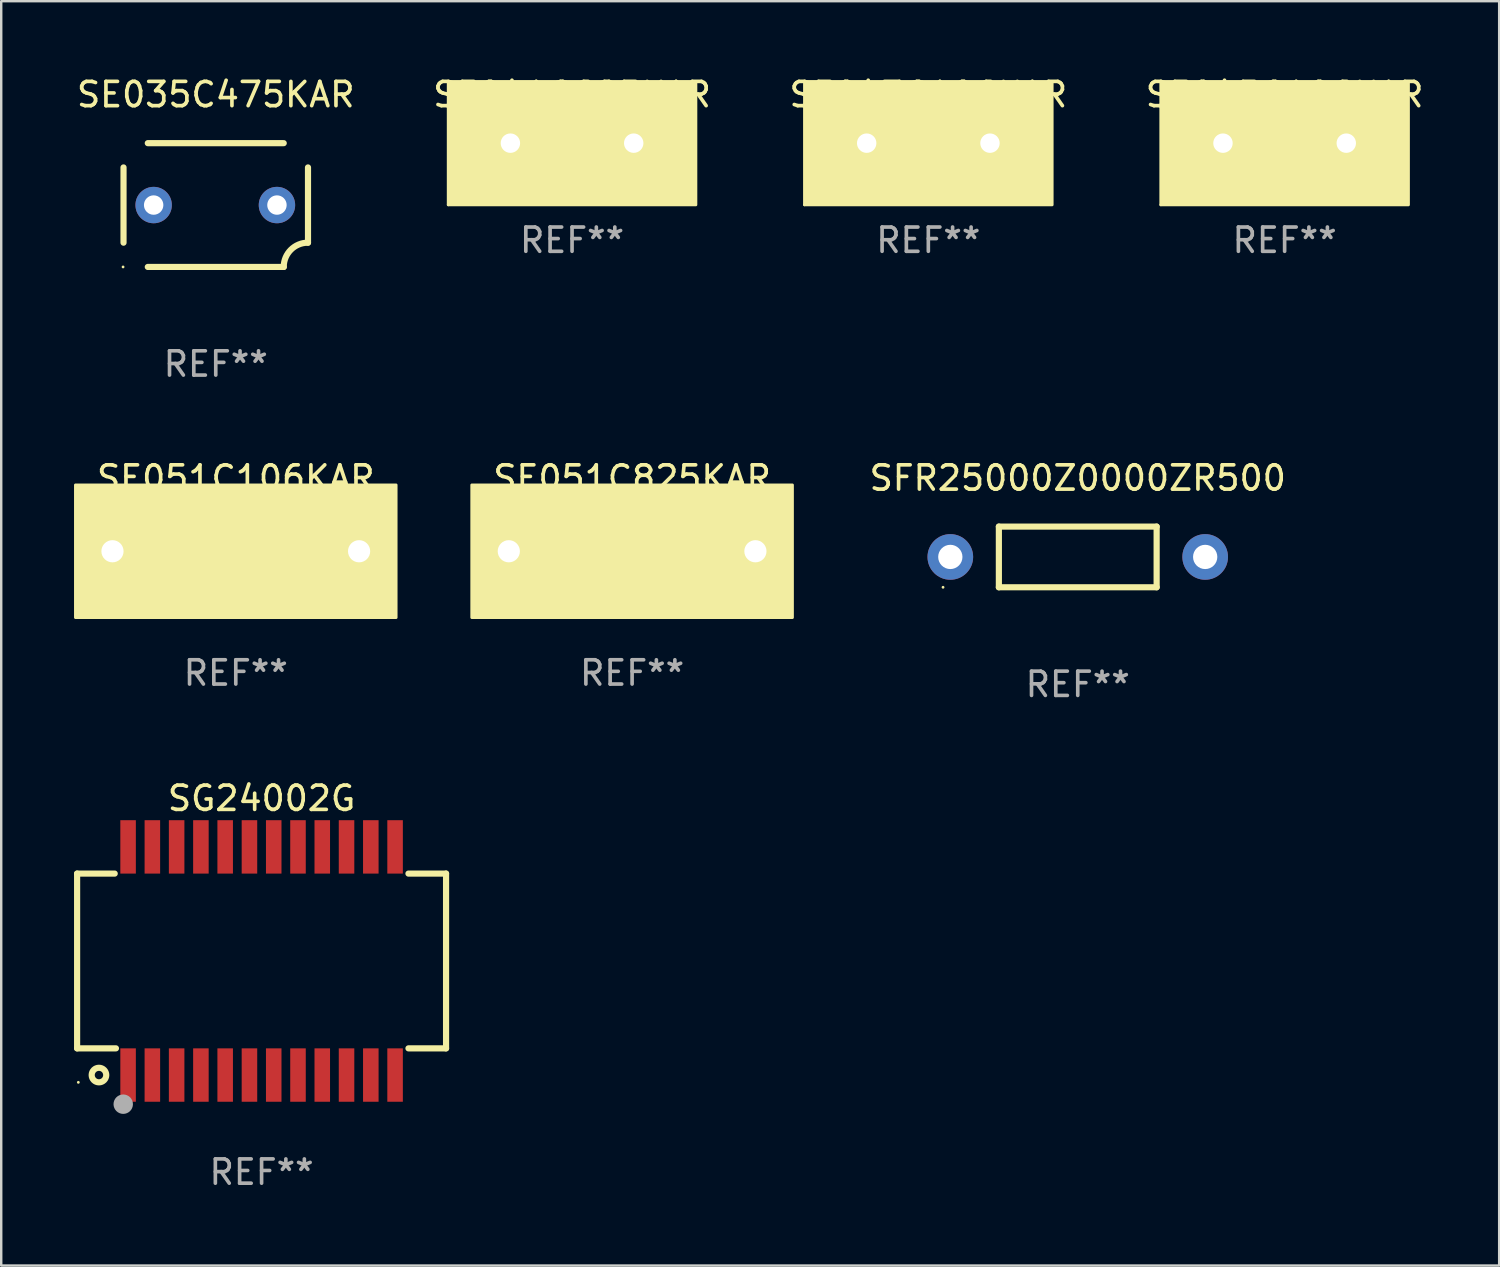
<source format=kicad_pcb>
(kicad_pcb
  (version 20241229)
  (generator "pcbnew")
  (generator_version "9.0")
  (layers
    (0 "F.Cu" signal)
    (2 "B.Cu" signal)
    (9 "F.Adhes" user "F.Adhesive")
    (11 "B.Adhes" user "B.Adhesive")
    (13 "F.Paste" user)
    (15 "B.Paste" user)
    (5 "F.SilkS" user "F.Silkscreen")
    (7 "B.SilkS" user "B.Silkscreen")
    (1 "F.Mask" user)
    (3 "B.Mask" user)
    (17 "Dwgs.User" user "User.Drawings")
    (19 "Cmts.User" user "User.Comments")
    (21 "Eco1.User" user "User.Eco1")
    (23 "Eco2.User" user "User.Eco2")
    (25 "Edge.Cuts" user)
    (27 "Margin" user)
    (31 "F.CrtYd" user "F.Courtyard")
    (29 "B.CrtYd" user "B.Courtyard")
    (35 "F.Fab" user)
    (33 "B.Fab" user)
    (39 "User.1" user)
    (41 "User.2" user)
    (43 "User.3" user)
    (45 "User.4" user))
  (footprint "SE035C475KAR"
    (layer "F.Cu")
    (at 5.839 5.398)
    (property "Reference" "SE035C475KAR" (at 0 -4.55 0) (layer "F.SilkS") (effects (font (size 1 1) (thickness 0.15))))
    (attr through_hole)
    (fp_line (start -3.8 1.55) (end -3.8 -1.55) (stroke (width 0.254) (type solid)) (layer "F.SilkS"))
    (fp_line (start -2.8 -2.55) (end 2.8 -2.55) (stroke (width 0.254) (type solid)) (layer "F.SilkS"))
    (fp_line (start 2.8 2.55) (end -2.8 2.55) (stroke (width 0.254) (type solid)) (layer "F.SilkS"))
    (fp_line (start 3.8 -1.55) (end 3.8 1.55) (stroke (width 0.254) (type solid)) (layer "F.SilkS"))
    (fp_arc (start 2.800038 2.549975) (mid 3.092931 1.842868) (end 3.800038 1.549975) (stroke (width 0.254001) (type solid)) (layer "F.SilkS"))
    (fp_circle (center -3.819 2.55) (end -3.789 2.55) (stroke (width 0.06) (type solid)) (fill no) (layer "F.SilkS"))
    (fp_text user "REF**" (at 0 6.55 0) (layer "F.Fab") (effects (font (size 1 1) (thickness 0.15))))
    (pad "1" thru_hole circle (at -2.559 -0.000013) (size 1.5 1.5) (drill 0.8) (layers "*.Cu" "*.Mask"))
    (pad "2" thru_hole circle (at 2.521 -0.000013) (size 1.5 1.5) (drill 0.8) (layers "*.Cu" "*.Mask")))
  (footprint "SG24002G"
    (layer "F.Cu")
    (at 7.727 36.541)
    (property "Reference" "SG24002G" (at 0 -6.7 0) (layer "F.SilkS") (effects (font (size 1 1) (thickness 0.15))))
    (attr through_hole)
    (fp_line (start -7.6 3.6) (end -7.6 -3.6) (stroke (width 0.254) (type solid)) (layer "F.SilkS"))
    (fp_line (start -6.051 -3.6) (end -7.6 -3.6) (stroke (width 0.254) (type solid)) (layer "F.SilkS"))
    (fp_line (start -6 3.6) (end -7.6 3.6) (stroke (width 0.254) (type solid)) (layer "F.SilkS"))
    (fp_line (start 7.6 -3.6) (end 6.051 -3.6) (stroke (width 0.254) (type solid)) (layer "F.SilkS"))
    (fp_line (start 7.6 -3.6) (end 7.6 3.6) (stroke (width 0.254) (type solid)) (layer "F.SilkS"))
    (fp_line (start 7.6 3.6) (end 6.051 3.6) (stroke (width 0.254) (type solid)) (layer "F.SilkS"))
    (fp_circle (center -7.55 5) (end -7.52 5) (stroke (width 0.06) (type solid)) (fill no) (layer "F.SilkS"))
    (fp_circle (center -6.7 4.7) (end -6.4 4.7) (stroke (width 0.254) (type solid)) (fill no) (layer "F.SilkS"))
    (fp_circle (center -5.7 5.9) (end -5.5 5.9) (stroke (width 0.4) (type solid)) (fill no) (layer "F.Fab"))
    (fp_text user "REF**" (at 0 8.7 0) (layer "F.Fab") (effects (font (size 1 1) (thickness 0.15))))
    (pad "1" smd rect (at -5.5 4.7) (size 0.64 2.2) (layers "F.Cu" "F.Mask" "F.Paste"))
    (pad "2" smd rect (at -4.5 4.7) (size 0.64 2.2) (layers "F.Cu" "F.Mask" "F.Paste"))
    (pad "3" smd rect (at -3.5 4.7) (size 0.64 2.2) (layers "F.Cu" "F.Mask" "F.Paste"))
    (pad "4" smd rect (at -2.5 4.7) (size 0.64 2.2) (layers "F.Cu" "F.Mask" "F.Paste"))
    (pad "5" smd rect (at -1.5 4.7) (size 0.64 2.2) (layers "F.Cu" "F.Mask" "F.Paste"))
    (pad "6" smd rect (at -0.5 4.7) (size 0.64 2.2) (layers "F.Cu" "F.Mask" "F.Paste"))
    (pad "7" smd rect (at 0.5 4.7) (size 0.64 2.2) (layers "F.Cu" "F.Mask" "F.Paste"))
    (pad "8" smd rect (at 1.5 4.7) (size 0.64 2.2) (layers "F.Cu" "F.Mask" "F.Paste"))
    (pad "9" smd rect (at 2.5 4.7) (size 0.64 2.2) (layers "F.Cu" "F.Mask" "F.Paste"))
    (pad "10" smd rect (at 3.5 4.7) (size 0.64 2.2) (layers "F.Cu" "F.Mask" "F.Paste"))
    (pad "11" smd rect (at 4.5 4.7) (size 0.64 2.2) (layers "F.Cu" "F.Mask" "F.Paste"))
    (pad "12" smd rect (at 5.5 4.7) (size 0.64 2.2) (layers "F.Cu" "F.Mask" "F.Paste"))
    (pad "13" smd rect (at 5.5 -4.7) (size 0.64 2.2) (layers "F.Cu" "F.Mask" "F.Paste"))
    (pad "14" smd rect (at 4.5 -4.7) (size 0.64 2.2) (layers "F.Cu" "F.Mask" "F.Paste"))
    (pad "15" smd rect (at 3.5 -4.7) (size 0.64 2.2) (layers "F.Cu" "F.Mask" "F.Paste"))
    (pad "16" smd rect (at 2.5 -4.7) (size 0.64 2.2) (layers "F.Cu" "F.Mask" "F.Paste"))
    (pad "17" smd rect (at 1.5 -4.7) (size 0.64 2.2) (layers "F.Cu" "F.Mask" "F.Paste"))
    (pad "18" smd rect (at 0.5 -4.7) (size 0.64 2.2) (layers "F.Cu" "F.Mask" "F.Paste"))
    (pad "19" smd rect (at -0.5 -4.7) (size 0.64 2.2) (layers "F.Cu" "F.Mask" "F.Paste"))
    (pad "20" smd rect (at -1.5 -4.7) (size 0.64 2.2) (layers "F.Cu" "F.Mask" "F.Paste"))
    (pad "21" smd rect (at -2.5 -4.7) (size 0.64 2.2) (layers "F.Cu" "F.Mask" "F.Paste"))
    (pad "22" smd rect (at -3.5 -4.7) (size 0.64 2.2) (layers "F.Cu" "F.Mask" "F.Paste"))
    (pad "23" smd rect (at -4.5 -4.7) (size 0.64 2.2) (layers "F.Cu" "F.Mask" "F.Paste"))
    (pad "24" smd rect (at -5.5 -4.7) (size 0.64 2.2) (layers "F.Cu" "F.Mask" "F.Paste")))
  (footprint "SFR25000Z0000ZR500"
    (layer "F.Cu")
    (at 41.352 19.895)
    (property "Reference" "SFR25000Z0000ZR500" (at 0 -3.25 0) (layer "F.SilkS") (effects (font (size 1 1) (thickness 0.15))))
    (attr through_hole)
    (fp_line (start -3.25 -1.25) (end 3.25 -1.25) (stroke (width 0.254) (type solid)) (layer "F.SilkS"))
    (fp_line (start -3.25 1.25) (end -3.25 -1.25) (stroke (width 0.254) (type solid)) (layer "F.SilkS"))
    (fp_line (start 3.25 1.25) (end -3.25 1.25) (stroke (width 0.254) (type solid)) (layer "F.SilkS"))
    (fp_line (start 3.25 1.25) (end 3.25 -1.25) (stroke (width 0.254) (type solid)) (layer "F.SilkS"))
    (fp_circle (center -5.55 1.25) (end -5.52 1.25) (stroke (width 0.06) (type solid)) (fill no) (layer "F.SilkS"))
    (fp_text user "REF**" (at 0 5.25 0) (layer "F.Fab") (effects (font (size 1 1) (thickness 0.15))))
    (pad "1" thru_hole circle (at -5.25 0) (size 1.88 1.88) (drill 1) (layers "*.Cu" "*.Mask"))
    (pad "2" thru_hole circle (at 5.25 0) (size 1.88 1.88) (drill 1) (layers "*.Cu" "*.Mask")))
  (footprint "SE041C685KAR"
    (layer "F.Cu")
    (at 20.518 2.848)
    (property "Reference" "SE041C685KAR" (at 0 -2 0) (layer "F.SilkS") (effects (font (size 1 1) (thickness 0.15))))
    (attr through_hole)
    (fp_circle (center -5.1 2.54) (end -5.07 2.54) (stroke (width 0.06) (type solid)) (fill no) (layer "F.SilkS"))
    (fp_poly (pts (xy -5.1 -2.54) (xy 5.1 -2.54) (xy 5.1 2.54) (xy -5.1 2.54)) (stroke (width 0.12) (type solid)) (fill yes) (layer "F.SilkS"))
    (fp_text user "REF**" (at 0 4 0) (layer "F.Fab") (effects (font (size 1 1) (thickness 0.15))))
    (pad "1" thru_hole circle (at -2.54 0) (size 1.4 1.4) (drill 0.8) (layers "*.Cu" "*.Mask"))
    (pad "2" thru_hole circle (at 2.54 0) (size 1.4 1.4) (drill 0.8) (layers "*.Cu" "*.Mask")))
  (footprint "SE043C106KAR"
    (layer "F.Cu")
    (at 35.196 2.848)
    (property "Reference" "SE043C106KAR" (at 0 -2 0) (layer "F.SilkS") (effects (font (size 1 1) (thickness 0.15))))
    (attr through_hole)
    (fp_circle (center -5.1 2.54) (end -5.07 2.54) (stroke (width 0.06) (type solid)) (fill no) (layer "F.SilkS"))
    (fp_poly (pts (xy -5.1 -2.54) (xy 5.1 -2.54) (xy 5.1 2.54) (xy -5.1 2.54)) (stroke (width 0.12) (type solid)) (fill yes) (layer "F.SilkS"))
    (fp_text user "REF**" (at 0 4 0) (layer "F.Fab") (effects (font (size 1 1) (thickness 0.15))))
    (pad "1" thru_hole circle (at -2.54 0) (size 1.4 1.4) (drill 0.8) (layers "*.Cu" "*.Mask"))
    (pad "2" thru_hole circle (at 2.54 0) (size 1.4 1.4) (drill 0.8) (layers "*.Cu" "*.Mask")))
  (footprint "SE045C106KAR"
    (layer "F.Cu")
    (at 49.875 2.848)
    (property "Reference" "SE045C106KAR" (at 0 -2 0) (layer "F.SilkS") (effects (font (size 1 1) (thickness 0.15))))
    (attr through_hole)
    (fp_circle (center -5.1 2.54) (end -5.07 2.54) (stroke (width 0.06) (type solid)) (fill no) (layer "F.SilkS"))
    (fp_poly (pts (xy -5.1 -2.54) (xy 5.1 -2.54) (xy 5.1 2.54) (xy -5.1 2.54)) (stroke (width 0.12) (type solid)) (fill yes) (layer "F.SilkS"))
    (fp_text user "REF**" (at 0 4 0) (layer "F.Fab") (effects (font (size 1 1) (thickness 0.15))))
    (pad "1" thru_hole circle (at -2.54 0) (size 1.4 1.4) (drill 0.8) (layers "*.Cu" "*.Mask"))
    (pad "2" thru_hole circle (at 2.54 0) (size 1.4 1.4) (drill 0.8) (layers "*.Cu" "*.Mask")))
  (footprint "SE051C825KAR"
    (layer "F.Cu")
    (at 22.992 19.661)
    (property "Reference" "SE051C825KAR" (at 0 -3.016 0) (layer "F.SilkS") (effects (font (size 1 1) (thickness 0.15))))
    (attr through_hole)
    (fp_line (start -0.762 0.000025) (end -2.159 0.000025) (stroke (width 0.254) (type solid)) (layer "F.SilkS"))
    (fp_line (start -0.762 1.016) (end -0.762 -1.016) (stroke (width 0.254) (type solid)) (layer "F.SilkS"))
    (fp_line (start 0.762 -1.016) (end 0.762 1.016) (stroke (width 0.254) (type solid)) (layer "F.SilkS"))
    (fp_line (start 0.762 -0.000025) (end 2.159 -0.000025) (stroke (width 0.254) (type solid)) (layer "F.SilkS"))
    (fp_circle (center -6.35 2.54) (end -6.32 2.54) (stroke (width 0.06) (type solid)) (fill no) (layer "F.SilkS"))
    (fp_poly (pts (xy -6.604 -2.731) (xy 6.604 -2.731) (xy 6.604 2.731) (xy -6.604 2.731)) (stroke (width 0.12) (type solid)) (fill yes) (layer "F.SilkS"))
    (fp_text user "REF**" (at 0 5.016 0) (layer "F.Fab") (effects (font (size 1 1) (thickness 0.15))))
    (pad "1" thru_hole circle (at -5.08 0) (size 1.524 1.524) (drill 0.914) (layers "*.Cu" "*.Mask"))
    (pad "2" thru_hole circle (at 5.08 0) (size 1.524 1.524) (drill 0.914) (layers "*.Cu" "*.Mask")))
  (footprint "SE051C106KAR"
    (layer "F.Cu")
    (at 6.664 19.661)
    (property "Reference" "SE051C106KAR" (at 0 -3.016 0) (layer "F.SilkS") (effects (font (size 1 1) (thickness 0.15))))
    (attr through_hole)
    (fp_line (start -0.762 0.000025) (end -2.159 0.000025) (stroke (width 0.254) (type solid)) (layer "F.SilkS"))
    (fp_line (start -0.762 1.016) (end -0.762 -1.016) (stroke (width 0.254) (type solid)) (layer "F.SilkS"))
    (fp_line (start 0.762 -1.016) (end 0.762 1.016) (stroke (width 0.254) (type solid)) (layer "F.SilkS"))
    (fp_line (start 0.762 -0.000025) (end 2.159 -0.000025) (stroke (width 0.254) (type solid)) (layer "F.SilkS"))
    (fp_circle (center -6.35 2.54) (end -6.32 2.54) (stroke (width 0.06) (type solid)) (fill no) (layer "F.SilkS"))
    (fp_poly (pts (xy -6.604 -2.731) (xy 6.604 -2.731) (xy 6.604 2.731) (xy -6.604 2.731)) (stroke (width 0.12) (type solid)) (fill yes) (layer "F.SilkS"))
    (fp_text user "REF**" (at 0 5.016 0) (layer "F.Fab") (effects (font (size 1 1) (thickness 0.15))))
    (pad "1" thru_hole circle (at -5.08 0) (size 1.524 1.524) (drill 0.914) (layers "*.Cu" "*.Mask"))
    (pad "2" thru_hole circle (at 5.08 0) (size 1.524 1.524) (drill 0.914) (layers "*.Cu" "*.Mask")))
  (gr_rect
    (start -3 -3)
    (end 58.714 49.09)
    (stroke (width 0.1) (type default))
    (fill no)
    (layer "Edge.Cuts")))
</source>
